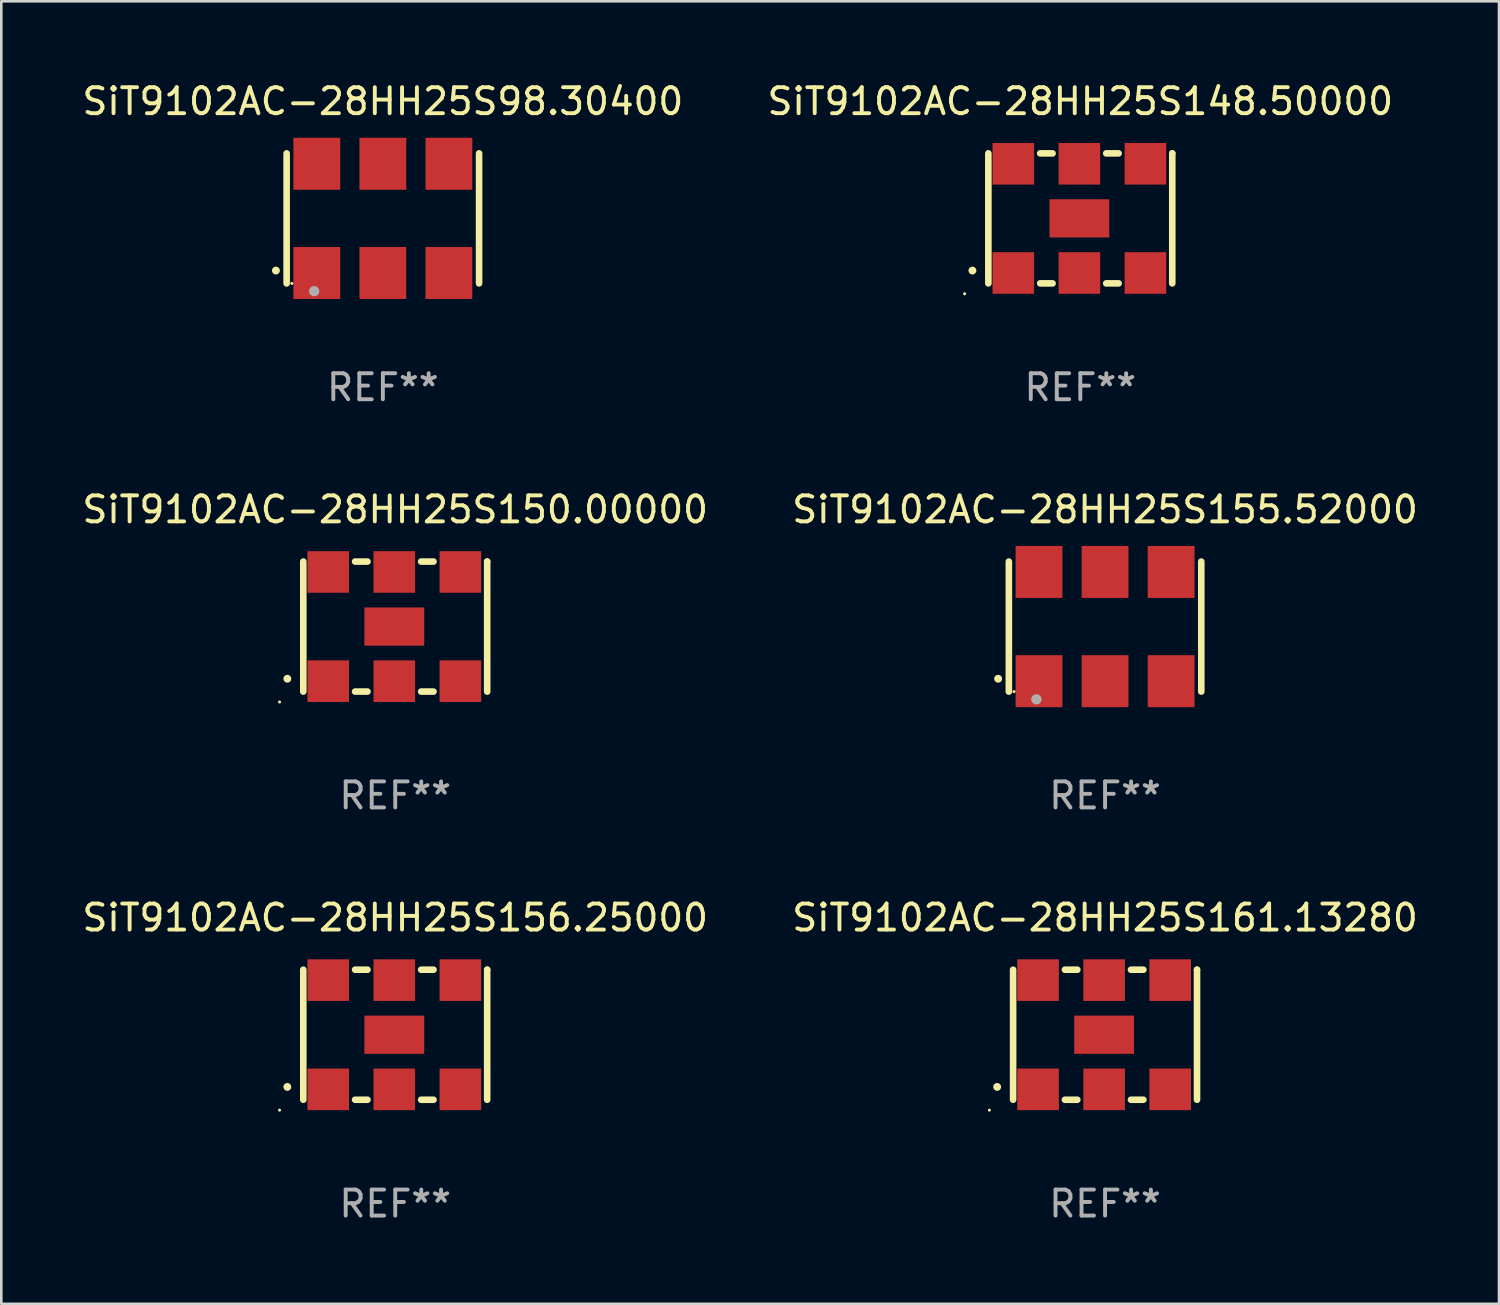
<source format=kicad_pcb>
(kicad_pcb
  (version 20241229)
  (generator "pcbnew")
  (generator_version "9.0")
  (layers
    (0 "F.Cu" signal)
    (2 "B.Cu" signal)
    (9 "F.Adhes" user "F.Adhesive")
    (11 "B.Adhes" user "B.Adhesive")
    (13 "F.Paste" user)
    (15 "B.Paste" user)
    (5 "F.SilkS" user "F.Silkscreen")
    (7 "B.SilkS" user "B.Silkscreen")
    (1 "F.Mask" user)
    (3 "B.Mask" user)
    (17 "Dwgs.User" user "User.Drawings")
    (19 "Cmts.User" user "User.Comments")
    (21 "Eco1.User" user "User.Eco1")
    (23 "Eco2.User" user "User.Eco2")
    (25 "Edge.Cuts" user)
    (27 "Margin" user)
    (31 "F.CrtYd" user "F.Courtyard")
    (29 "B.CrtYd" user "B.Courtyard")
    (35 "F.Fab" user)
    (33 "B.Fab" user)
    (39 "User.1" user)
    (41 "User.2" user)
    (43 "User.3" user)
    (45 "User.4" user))
  (footprint "SiT9102AC-28HH25S148.50000"
    (layer "F.Cu")
    (at 38.494 5.348)
    (property "Reference" "SiT9102AC-28HH25S148.50000" (at 0 -4.5 0) (layer "F.SilkS") (effects (font (size 1 1) (thickness 0.15))))
    (attr through_hole)
    (fp_line (start -3.536 -2.5) (end -3.536 2.5) (stroke (width 0.254) (type solid)) (layer "F.SilkS"))
    (fp_line (start -1.544 2.5) (end -1.067 2.5) (stroke (width 0.254) (type solid)) (layer "F.SilkS"))
    (fp_line (start -1.067 -2.5) (end -1.544 -2.5) (stroke (width 0.254) (type solid)) (layer "F.SilkS"))
    (fp_line (start 0.996 2.5) (end 1.473 2.5) (stroke (width 0.254) (type solid)) (layer "F.SilkS"))
    (fp_line (start 1.473 -2.5) (end 0.996 -2.5) (stroke (width 0.254) (type solid)) (layer "F.SilkS"))
    (fp_line (start 3.536 -2.5) (end 3.536 -2.5) (stroke (width 0.254) (type solid)) (layer "F.SilkS"))
    (fp_line (start 3.536 2.5) (end 3.536 -2.5) (stroke (width 0.254) (type solid)) (layer "F.SilkS"))
    (fp_arc (start -4.150432 2.006604) (mid -4.149162 2.006599) (end -4.147892 2.006604) (stroke (width 0.3) (type solid)) (layer "F.SilkS"))
    (fp_circle (center -4.449 2.9) (end -4.419 2.9) (stroke (width 0.06) (type solid)) (fill no) (layer "F.SilkS"))
    (fp_text user "REF**" (at 0 6.5 0) (layer "F.Fab") (effects (font (size 1 1) (thickness 0.15))))
    (pad "1" smd rect (at -2.576 2.1) (size 1.6 1.6) (layers "F.Cu" "F.Mask" "F.Paste"))
    (pad "2" smd rect (at -0.036 2.1) (size 1.6 1.6) (layers "F.Cu" "F.Mask" "F.Paste"))
    (pad "3" smd rect (at 2.504 2.1) (size 1.6 1.6) (layers "F.Cu" "F.Mask" "F.Paste"))
    (pad "4" smd rect (at 2.504 -2.1) (size 1.6 1.6) (layers "F.Cu" "F.Mask" "F.Paste"))
    (pad "5" smd rect (at -0.036 -2.1) (size 1.6 1.6) (layers "F.Cu" "F.Mask" "F.Paste"))
    (pad "6" smd rect (at -2.576 -2.1) (size 1.6 1.6) (layers "F.Cu" "F.Mask" "F.Paste"))
    (pad "7" smd rect (at -0.036 0) (size 2.3 1.47) (layers "F.Cu" "F.Mask" "F.Paste")))
  (footprint "SiT9102AC-28HH25S150.00000"
    (layer "F.Cu")
    (at 12.149 21.045)
    (property "Reference" "SiT9102AC-28HH25S150.00000" (at 0 -4.5 0) (layer "F.SilkS") (effects (font (size 1 1) (thickness 0.15))))
    (attr through_hole)
    (fp_line (start -3.536 -2.5) (end -3.536 2.5) (stroke (width 0.254) (type solid)) (layer "F.SilkS"))
    (fp_line (start -1.544 2.5) (end -1.067 2.5) (stroke (width 0.254) (type solid)) (layer "F.SilkS"))
    (fp_line (start -1.067 -2.5) (end -1.544 -2.5) (stroke (width 0.254) (type solid)) (layer "F.SilkS"))
    (fp_line (start 0.996 2.5) (end 1.473 2.5) (stroke (width 0.254) (type solid)) (layer "F.SilkS"))
    (fp_line (start 1.473 -2.5) (end 0.996 -2.5) (stroke (width 0.254) (type solid)) (layer "F.SilkS"))
    (fp_line (start 3.536 -2.5) (end 3.536 -2.5) (stroke (width 0.254) (type solid)) (layer "F.SilkS"))
    (fp_line (start 3.536 2.5) (end 3.536 -2.5) (stroke (width 0.254) (type solid)) (layer "F.SilkS"))
    (fp_arc (start -4.150432 2.006604) (mid -4.149162 2.006599) (end -4.147892 2.006604) (stroke (width 0.3) (type solid)) (layer "F.SilkS"))
    (fp_circle (center -4.449 2.9) (end -4.419 2.9) (stroke (width 0.06) (type solid)) (fill no) (layer "F.SilkS"))
    (fp_text user "REF**" (at 0 6.5 0) (layer "F.Fab") (effects (font (size 1 1) (thickness 0.15))))
    (pad "1" smd rect (at -2.576 2.1) (size 1.6 1.6) (layers "F.Cu" "F.Mask" "F.Paste"))
    (pad "2" smd rect (at -0.036 2.1) (size 1.6 1.6) (layers "F.Cu" "F.Mask" "F.Paste"))
    (pad "3" smd rect (at 2.504 2.1) (size 1.6 1.6) (layers "F.Cu" "F.Mask" "F.Paste"))
    (pad "4" smd rect (at 2.504 -2.1) (size 1.6 1.6) (layers "F.Cu" "F.Mask" "F.Paste"))
    (pad "5" smd rect (at -0.036 -2.1) (size 1.6 1.6) (layers "F.Cu" "F.Mask" "F.Paste"))
    (pad "6" smd rect (at -2.576 -2.1) (size 1.6 1.6) (layers "F.Cu" "F.Mask" "F.Paste"))
    (pad "7" smd rect (at -0.036 0) (size 2.3 1.47) (layers "F.Cu" "F.Mask" "F.Paste")))
  (footprint "SiT9102AC-28HH25S156.25000"
    (layer "F.Cu")
    (at 12.149 36.741)
    (property "Reference" "SiT9102AC-28HH25S156.25000" (at 0 -4.5 0) (layer "F.SilkS") (effects (font (size 1 1) (thickness 0.15))))
    (attr through_hole)
    (fp_line (start -3.536 -2.5) (end -3.536 2.5) (stroke (width 0.254) (type solid)) (layer "F.SilkS"))
    (fp_line (start -1.544 2.5) (end -1.067 2.5) (stroke (width 0.254) (type solid)) (layer "F.SilkS"))
    (fp_line (start -1.067 -2.5) (end -1.544 -2.5) (stroke (width 0.254) (type solid)) (layer "F.SilkS"))
    (fp_line (start 0.996 2.5) (end 1.473 2.5) (stroke (width 0.254) (type solid)) (layer "F.SilkS"))
    (fp_line (start 1.473 -2.5) (end 0.996 -2.5) (stroke (width 0.254) (type solid)) (layer "F.SilkS"))
    (fp_line (start 3.536 -2.5) (end 3.536 -2.5) (stroke (width 0.254) (type solid)) (layer "F.SilkS"))
    (fp_line (start 3.536 2.5) (end 3.536 -2.5) (stroke (width 0.254) (type solid)) (layer "F.SilkS"))
    (fp_arc (start -4.150432 2.006604) (mid -4.149162 2.006599) (end -4.147892 2.006604) (stroke (width 0.3) (type solid)) (layer "F.SilkS"))
    (fp_circle (center -4.449 2.9) (end -4.419 2.9) (stroke (width 0.06) (type solid)) (fill no) (layer "F.SilkS"))
    (fp_text user "REF**" (at 0 6.5 0) (layer "F.Fab") (effects (font (size 1 1) (thickness 0.15))))
    (pad "1" smd rect (at -2.576 2.1) (size 1.6 1.6) (layers "F.Cu" "F.Mask" "F.Paste"))
    (pad "2" smd rect (at -0.036 2.1) (size 1.6 1.6) (layers "F.Cu" "F.Mask" "F.Paste"))
    (pad "3" smd rect (at 2.504 2.1) (size 1.6 1.6) (layers "F.Cu" "F.Mask" "F.Paste"))
    (pad "4" smd rect (at 2.504 -2.1) (size 1.6 1.6) (layers "F.Cu" "F.Mask" "F.Paste"))
    (pad "5" smd rect (at -0.036 -2.1) (size 1.6 1.6) (layers "F.Cu" "F.Mask" "F.Paste"))
    (pad "6" smd rect (at -2.576 -2.1) (size 1.6 1.6) (layers "F.Cu" "F.Mask" "F.Paste"))
    (pad "7" smd rect (at -0.036 0) (size 2.3 1.47) (layers "F.Cu" "F.Mask" "F.Paste")))
  (footprint "SiT9102AC-28HH25S161.13280"
    (layer "F.Cu")
    (at 39.446 36.741)
    (property "Reference" "SiT9102AC-28HH25S161.13280" (at 0 -4.5 0) (layer "F.SilkS") (effects (font (size 1 1) (thickness 0.15))))
    (attr through_hole)
    (fp_line (start -3.536 -2.5) (end -3.536 2.5) (stroke (width 0.254) (type solid)) (layer "F.SilkS"))
    (fp_line (start -1.544 2.5) (end -1.067 2.5) (stroke (width 0.254) (type solid)) (layer "F.SilkS"))
    (fp_line (start -1.067 -2.5) (end -1.544 -2.5) (stroke (width 0.254) (type solid)) (layer "F.SilkS"))
    (fp_line (start 0.996 2.5) (end 1.473 2.5) (stroke (width 0.254) (type solid)) (layer "F.SilkS"))
    (fp_line (start 1.473 -2.5) (end 0.996 -2.5) (stroke (width 0.254) (type solid)) (layer "F.SilkS"))
    (fp_line (start 3.536 -2.5) (end 3.536 -2.5) (stroke (width 0.254) (type solid)) (layer "F.SilkS"))
    (fp_line (start 3.536 2.5) (end 3.536 -2.5) (stroke (width 0.254) (type solid)) (layer "F.SilkS"))
    (fp_arc (start -4.150432 2.006604) (mid -4.149162 2.006599) (end -4.147892 2.006604) (stroke (width 0.3) (type solid)) (layer "F.SilkS"))
    (fp_circle (center -4.449 2.9) (end -4.419 2.9) (stroke (width 0.06) (type solid)) (fill no) (layer "F.SilkS"))
    (fp_text user "REF**" (at 0 6.5 0) (layer "F.Fab") (effects (font (size 1 1) (thickness 0.15))))
    (pad "1" smd rect (at -2.576 2.1) (size 1.6 1.6) (layers "F.Cu" "F.Mask" "F.Paste"))
    (pad "2" smd rect (at -0.036 2.1) (size 1.6 1.6) (layers "F.Cu" "F.Mask" "F.Paste"))
    (pad "3" smd rect (at 2.504 2.1) (size 1.6 1.6) (layers "F.Cu" "F.Mask" "F.Paste"))
    (pad "4" smd rect (at 2.504 -2.1) (size 1.6 1.6) (layers "F.Cu" "F.Mask" "F.Paste"))
    (pad "5" smd rect (at -0.036 -2.1) (size 1.6 1.6) (layers "F.Cu" "F.Mask" "F.Paste"))
    (pad "6" smd rect (at -2.576 -2.1) (size 1.6 1.6) (layers "F.Cu" "F.Mask" "F.Paste"))
    (pad "7" smd rect (at -0.036 0) (size 2.3 1.47) (layers "F.Cu" "F.Mask" "F.Paste")))
  (footprint "SiT9102AC-28HH25S98.30400"
    (layer "F.Cu")
    (at 11.673 5.348)
    (property "Reference" "SiT9102AC-28HH25S98.30400" (at 0 -4.5 0) (layer "F.SilkS") (effects (font (size 1 1) (thickness 0.15))))
    (attr through_hole)
    (fp_line (start -3.7 -2.5) (end -3.7 2.5) (stroke (width 0.254) (type solid)) (layer "F.SilkS"))
    (fp_line (start 3.7 -2.5) (end 3.7 2.5) (stroke (width 0.254) (type solid)) (layer "F.SilkS"))
    (fp_arc (start -4.114415 2.006604) (mid -4.113145 2.006599) (end -4.111875 2.006604) (stroke (width 0.3) (type solid)) (layer "F.SilkS"))
    (fp_circle (center -3.5 2.501) (end -3.47 2.501) (stroke (width 0.06) (type solid)) (fill no) (layer "F.SilkS"))
    (fp_circle (center -2.641 2.799) (end -2.541 2.799) (stroke (width 0.2) (type solid)) (fill no) (layer "F.Fab"))
    (fp_text user "REF**" (at 0 6.5 0) (layer "F.Fab") (effects (font (size 1 1) (thickness 0.15))))
    (pad "1" smd rect (at -2.54 2.1) (size 1.8 2) (layers "F.Cu" "F.Mask" "F.Paste"))
    (pad "2" smd rect (at 0.000394 2.1) (size 1.8 2) (layers "F.Cu" "F.Mask" "F.Paste"))
    (pad "3" smd rect (at 2.54 2.1) (size 1.8 2) (layers "F.Cu" "F.Mask" "F.Paste"))
    (pad "4" smd rect (at 2.54 -2.1) (size 1.8 2) (layers "F.Cu" "F.Mask" "F.Paste"))
    (pad "5" smd rect (at 0.000394 -2.1) (size 1.8 2) (layers "F.Cu" "F.Mask" "F.Paste"))
    (pad "6" smd rect (at -2.54 -2.1) (size 1.8 2) (layers "F.Cu" "F.Mask" "F.Paste")))
  (footprint "SiT9102AC-28HH25S155.52000"
    (layer "F.Cu")
    (at 39.446 21.045)
    (property "Reference" "SiT9102AC-28HH25S155.52000" (at 0 -4.5 0) (layer "F.SilkS") (effects (font (size 1 1) (thickness 0.15))))
    (attr through_hole)
    (fp_line (start -3.7 -2.5) (end -3.7 2.5) (stroke (width 0.254) (type solid)) (layer "F.SilkS"))
    (fp_line (start 3.7 -2.5) (end 3.7 2.5) (stroke (width 0.254) (type solid)) (layer "F.SilkS"))
    (fp_arc (start -4.114415 2.006604) (mid -4.113145 2.006599) (end -4.111875 2.006604) (stroke (width 0.3) (type solid)) (layer "F.SilkS"))
    (fp_circle (center -3.5 2.501) (end -3.47 2.501) (stroke (width 0.06) (type solid)) (fill no) (layer "F.SilkS"))
    (fp_circle (center -2.641 2.799) (end -2.541 2.799) (stroke (width 0.2) (type solid)) (fill no) (layer "F.Fab"))
    (fp_text user "REF**" (at 0 6.5 0) (layer "F.Fab") (effects (font (size 1 1) (thickness 0.15))))
    (pad "1" smd rect (at -2.54 2.1) (size 1.8 2) (layers "F.Cu" "F.Mask" "F.Paste"))
    (pad "2" smd rect (at 0.000394 2.1) (size 1.8 2) (layers "F.Cu" "F.Mask" "F.Paste"))
    (pad "3" smd rect (at 2.54 2.1) (size 1.8 2) (layers "F.Cu" "F.Mask" "F.Paste"))
    (pad "4" smd rect (at 2.54 -2.1) (size 1.8 2) (layers "F.Cu" "F.Mask" "F.Paste"))
    (pad "5" smd rect (at 0.000394 -2.1) (size 1.8 2) (layers "F.Cu" "F.Mask" "F.Paste"))
    (pad "6" smd rect (at -2.54 -2.1) (size 1.8 2) (layers "F.Cu" "F.Mask" "F.Paste")))
  (gr_rect
    (start -3 -3)
    (end 54.595 47.09)
    (stroke (width 0.1) (type default))
    (fill no)
    (layer "Edge.Cuts")))
</source>
